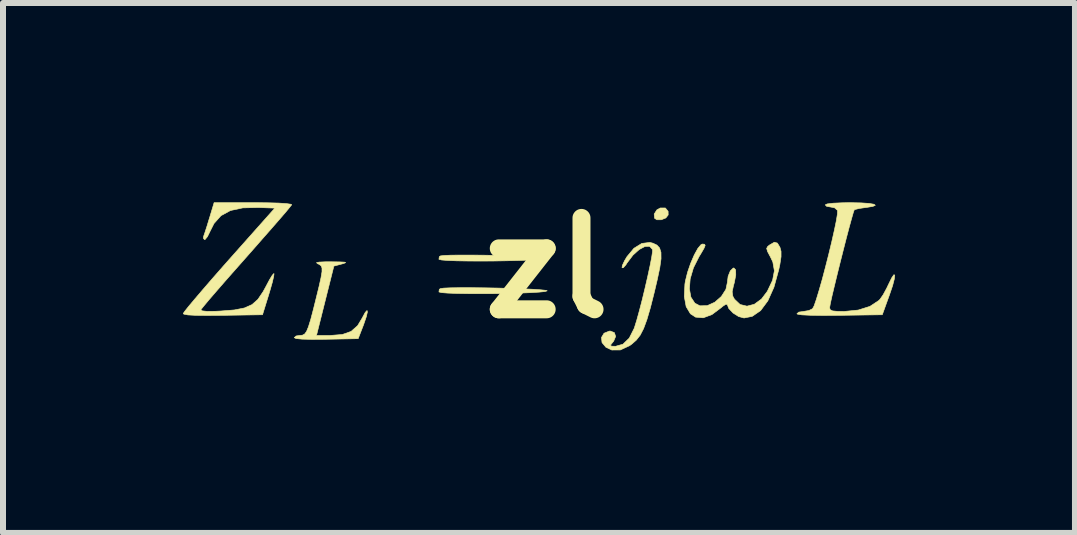
<source format=kicad_pcb>
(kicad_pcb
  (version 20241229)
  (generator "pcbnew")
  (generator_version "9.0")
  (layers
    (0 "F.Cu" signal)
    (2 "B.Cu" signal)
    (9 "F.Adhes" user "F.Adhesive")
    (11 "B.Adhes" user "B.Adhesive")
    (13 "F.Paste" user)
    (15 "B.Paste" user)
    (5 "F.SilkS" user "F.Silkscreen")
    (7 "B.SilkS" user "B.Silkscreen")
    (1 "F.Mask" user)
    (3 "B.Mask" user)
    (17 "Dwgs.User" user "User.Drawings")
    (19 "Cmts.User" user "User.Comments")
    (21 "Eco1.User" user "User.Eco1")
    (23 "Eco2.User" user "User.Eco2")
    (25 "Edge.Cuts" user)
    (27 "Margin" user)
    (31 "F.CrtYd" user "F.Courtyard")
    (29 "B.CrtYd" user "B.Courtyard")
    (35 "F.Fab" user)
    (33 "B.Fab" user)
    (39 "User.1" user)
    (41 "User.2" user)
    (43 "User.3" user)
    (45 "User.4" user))
  (footprint "zl"
    (layer "F.Cu")
    (at 6.065 1.418)
    (property "Reference" "zl" (at 0 0 0) (layer "F.SilkS") (effects (font (size 1.524 1.524) (thickness 0.3))))
    (attr through_hole)
    (fp_poly (pts (xy 1.979 -1) (xy 2.025 -0.945) (xy 2.026 -0.884) (xy 1.987 -0.834) (xy 1.912 -0.804) (xy 1.837 -0.804) (xy 1.799 -0.829) (xy 1.793 -0.899) (xy 1.837 -0.968) (xy 1.894 -1) (xy 1.979 -1)) (stroke (width 0.01) (type solid)) (fill yes) (layer "F.SilkS"))
    (fp_poly (pts (xy -1.257 -0.215) (xy -1.047 -0.213) (xy -0.828 -0.209) (xy -0.612 -0.204) (xy -0.411 -0.197) (xy -0.237 -0.189) (xy -0.101 -0.181) (xy -0.015 -0.172) (xy 0.009 -0.163) (xy -0.028 -0.151) (xy -0.126 -0.141) (xy -0.273 -0.132) (xy -0.456 -0.125) (xy -0.663 -0.12) (xy -0.884 -0.116) (xy -1.104 -0.115) (xy -1.314 -0.116) (xy -1.499 -0.119) (xy -1.65 -0.125) (xy -1.752 -0.133) (xy -1.796 -0.144) (xy -1.796 -0.145) (xy -1.79 -0.188) (xy -1.771 -0.201) (xy -1.715 -0.208) (xy -1.603 -0.213) (xy -1.446 -0.215) (xy -1.257 -0.215)) (stroke (width 0.01) (type solid)) (fill yes) (layer "F.SilkS"))
    (fp_poly (pts (xy -1.257 0.329) (xy -1.047 0.331) (xy -0.828 0.335) (xy -0.612 0.341) (xy -0.411 0.347) (xy -0.237 0.355) (xy -0.101 0.364) (xy -0.015 0.373) (xy 0.009 0.381) (xy -0.028 0.393) (xy -0.126 0.403) (xy -0.273 0.412) (xy -0.456 0.419) (xy -0.663 0.425) (xy -0.884 0.428) (xy -1.104 0.429) (xy -1.314 0.428) (xy -1.499 0.425) (xy -1.65 0.419) (xy -1.752 0.411) (xy -1.796 0.4) (xy -1.796 0.4) (xy -1.79 0.356) (xy -1.771 0.344) (xy -1.715 0.336) (xy -1.603 0.331) (xy -1.446 0.329) (xy -1.257 0.329)) (stroke (width 0.01) (type solid)) (fill yes) (layer "F.SilkS"))
    (fp_poly (pts (xy -3.449 -0.101) (xy -3.371 -0.097) (xy -3.351 -0.089) (xy -3.383 -0.075) (xy -3.416 -0.066) (xy -3.548 -0.031) (xy -3.693 0.547) (xy -3.838 1.125) (xy -3.603 1.125) (xy -3.406 1.109) (xy -3.261 1.058) (xy -3.152 0.962) (xy -3.077 0.837) (xy -3.025 0.741) (xy -2.995 0.709) (xy -2.989 0.734) (xy -3.007 0.812) (xy -3.05 0.938) (xy -3.059 0.962) (xy -3.143 1.179) (xy -3.676 1.189) (xy -3.909 1.191) (xy -4.078 1.187) (xy -4.178 1.177) (xy -4.209 1.162) (xy -4.178 1.134) (xy -4.118 1.125) (xy -4.073 1.121) (xy -4.036 1.102) (xy -4.004 1.059) (xy -3.972 0.981) (xy -3.934 0.859) (xy -3.888 0.684) (xy -3.847 0.519) (xy -3.796 0.312) (xy -3.763 0.164) (xy -3.746 0.063) (xy -3.746 0.000057) (xy -3.762 -0.037) (xy -3.793 -0.06) (xy -3.819 -0.071) (xy -3.838 -0.088) (xy -3.794 -0.098) (xy -3.684 -0.103) (xy -3.592 -0.103) (xy -3.449 -0.101)) (stroke (width 0.01) (type solid)) (fill yes) (layer "F.SilkS"))
    (fp_poly (pts (xy 1.772 -0.413) (xy 1.839 -0.381) (xy 1.883 -0.333) (xy 1.906 -0.26) (xy 1.907 -0.153) (xy 1.886 -0.003) (xy 1.843 0.2) (xy 1.794 0.408) (xy 1.729 0.665) (xy 1.671 0.862) (xy 1.616 1.011) (xy 1.559 1.121) (xy 1.494 1.204) (xy 1.416 1.272) (xy 1.382 1.296) (xy 1.229 1.367) (xy 1.086 1.368) (xy 0.988 1.322) (xy 0.923 1.244) (xy 0.914 1.159) (xy 0.957 1.088) (xy 1.044 1.053) (xy 1.061 1.052) (xy 1.129 1.078) (xy 1.15 1.142) (xy 1.117 1.221) (xy 1.105 1.235) (xy 1.065 1.285) (xy 1.079 1.304) (xy 1.149 1.306) (xy 1.272 1.271) (xy 1.377 1.17) (xy 1.459 1.008) (xy 1.463 0.997) (xy 1.501 0.875) (xy 1.545 0.716) (xy 1.593 0.532) (xy 1.64 0.337) (xy 1.684 0.146) (xy 1.722 -0.029) (xy 1.75 -0.172) (xy 1.765 -0.27) (xy 1.765 -0.308) (xy 1.716 -0.361) (xy 1.638 -0.358) (xy 1.542 -0.307) (xy 1.439 -0.214) (xy 1.34 -0.083) (xy 1.32 -0.051) (xy 1.279 -0.005) (xy 1.257 -0.003) (xy 1.262 -0.042) (xy 1.299 -0.121) (xy 1.338 -0.187) (xy 1.455 -0.328) (xy 1.586 -0.409) (xy 1.72 -0.426) (xy 1.772 -0.413)) (stroke (width 0.01) (type solid)) (fill yes) (layer "F.SilkS"))
    (fp_poly (pts (xy -4.658 -1.087) (xy -4.47 -1.082) (xy -4.336 -1.073) (xy -4.263 -1.062) (xy -4.251 -1.054) (xy -4.278 -1.02) (xy -4.346 -0.937) (xy -4.451 -0.815) (xy -4.587 -0.659) (xy -4.747 -0.477) (xy -4.925 -0.274) (xy -5.007 -0.181) (xy -5.192 0.028) (xy -5.361 0.22) (xy -5.508 0.389) (xy -5.628 0.528) (xy -5.713 0.63) (xy -5.759 0.687) (xy -5.765 0.697) (xy -5.744 0.715) (xy -5.663 0.724) (xy -5.515 0.722) (xy -5.433 0.718) (xy -5.207 0.7) (xy -5.039 0.667) (xy -4.913 0.611) (xy -4.815 0.524) (xy -4.729 0.397) (xy -4.682 0.311) (xy -4.622 0.198) (xy -4.575 0.121) (xy -4.549 0.093) (xy -4.546 0.095) (xy -4.552 0.142) (xy -4.575 0.241) (xy -4.613 0.374) (xy -4.637 0.454) (xy -4.738 0.78) (xy -5.399 0.79) (xy -5.661 0.792) (xy -5.855 0.79) (xy -5.983 0.783) (xy -6.049 0.77) (xy -6.06 0.76) (xy -6.036 0.724) (xy -5.97 0.641) (xy -5.867 0.518) (xy -5.733 0.361) (xy -5.574 0.177) (xy -5.395 -0.027) (xy -5.296 -0.139) (xy -4.532 -0.998) (xy -4.805 -1.008) (xy -5.067 -1.002) (xy -5.272 -0.958) (xy -5.43 -0.872) (xy -5.547 -0.741) (xy -5.614 -0.608) (xy -5.656 -0.522) (xy -5.695 -0.475) (xy -5.705 -0.472) (xy -5.725 -0.498) (xy -5.72 -0.527) (xy -5.699 -0.588) (xy -5.664 -0.696) (xy -5.624 -0.828) (xy -5.621 -0.836) (xy -5.545 -1.089) (xy -4.892 -1.089) (xy -4.658 -1.087)) (stroke (width 0.01) (type solid)) (fill yes) (layer "F.SilkS"))
    (fp_poly (pts (xy 5.244 -1.085) (xy 5.377 -1.076) (xy 5.458 -1.062) (xy 5.48 -1.045) (xy 5.44 -1.027) (xy 5.333 -1.009) (xy 5.314 -1.007) (xy 5.211 -0.992) (xy 5.142 -0.975) (xy 5.129 -0.968) (xy 5.114 -0.928) (xy 5.086 -0.83) (xy 5.046 -0.685) (xy 4.999 -0.507) (xy 4.948 -0.307) (xy 4.895 -0.098) (xy 4.844 0.108) (xy 4.798 0.298) (xy 4.759 0.461) (xy 4.732 0.583) (xy 4.719 0.654) (xy 4.718 0.662) (xy 4.727 0.696) (xy 4.767 0.716) (xy 4.851 0.724) (xy 4.962 0.725) (xy 5.194 0.702) (xy 5.391 0.64) (xy 5.539 0.542) (xy 5.559 0.521) (xy 5.611 0.446) (xy 5.67 0.337) (xy 5.697 0.28) (xy 5.754 0.164) (xy 5.79 0.112) (xy 5.804 0.12) (xy 5.797 0.183) (xy 5.768 0.295) (xy 5.717 0.445) (xy 5.596 0.78) (xy 4.884 0.79) (xy 4.607 0.792) (xy 4.396 0.789) (xy 4.254 0.782) (xy 4.182 0.77) (xy 4.173 0.763) (xy 4.204 0.736) (xy 4.275 0.726) (xy 4.371 0.71) (xy 4.433 0.68) (xy 4.459 0.633) (xy 4.496 0.526) (xy 4.542 0.375) (xy 4.595 0.19) (xy 4.649 -0.015) (xy 4.703 -0.227) (xy 4.753 -0.434) (xy 4.796 -0.624) (xy 4.829 -0.783) (xy 4.848 -0.899) (xy 4.85 -0.959) (xy 4.849 -0.961) (xy 4.801 -1.003) (xy 4.736 -1.016) (xy 4.668 -1.028) (xy 4.645 -1.052) (xy 4.679 -1.068) (xy 4.778 -1.08) (xy 4.931 -1.087) (xy 5.062 -1.089) (xy 5.244 -1.085)) (stroke (width 0.01) (type solid)) (fill yes) (layer "F.SilkS"))
    (fp_poly (pts (xy 3.847 -0.415) (xy 3.89 -0.344) (xy 3.908 -0.277) (xy 3.908 -0.187) (xy 3.888 -0.056) (xy 3.87 0.028) (xy 3.79 0.32) (xy 3.688 0.548) (xy 3.567 0.711) (xy 3.427 0.807) (xy 3.291 0.834) (xy 3.201 0.81) (xy 3.108 0.751) (xy 3.037 0.676) (xy 3.012 0.612) (xy 2.989 0.604) (xy 2.933 0.641) (xy 2.912 0.66) (xy 2.756 0.777) (xy 2.611 0.831) (xy 2.483 0.82) (xy 2.397 0.764) (xy 2.326 0.645) (xy 2.295 0.476) (xy 2.305 0.269) (xy 2.314 0.215) (xy 2.35 0.07) (xy 2.402 -0.08) (xy 2.461 -0.217) (xy 2.521 -0.326) (xy 2.574 -0.389) (xy 2.597 -0.399) (xy 2.633 -0.395) (xy 2.643 -0.375) (xy 2.622 -0.325) (xy 2.567 -0.231) (xy 2.541 -0.189) (xy 2.447 -0.002) (xy 2.393 0.181) (xy 2.38 0.348) (xy 2.405 0.487) (xy 2.471 0.587) (xy 2.555 0.631) (xy 2.678 0.628) (xy 2.804 0.571) (xy 2.913 0.475) (xy 2.989 0.356) (xy 3.012 0.247) (xy 3.026 0.138) (xy 3.062 0.049) (xy 3.11 0.002) (xy 3.122 0) (xy 3.151 0.032) (xy 3.153 0.118) (xy 3.129 0.245) (xy 3.115 0.294) (xy 3.093 0.397) (xy 3.104 0.471) (xy 3.131 0.52) (xy 3.225 0.609) (xy 3.34 0.637) (xy 3.463 0.605) (xy 3.582 0.518) (xy 3.679 0.39) (xy 3.767 0.205) (xy 3.797 0.047) (xy 3.771 -0.1) (xy 3.732 -0.182) (xy 3.683 -0.274) (xy 3.668 -0.326) (xy 3.686 -0.359) (xy 3.718 -0.384) (xy 3.796 -0.429) (xy 3.847 -0.415)) (stroke (width 0.01) (type solid)) (fill yes) (layer "F.SilkS")))
  (gr_rect
    (start -3 -3)
    (end 14.874 5.836)
    (stroke (width 0.1) (type default))
    (fill no)
    (layer "Edge.Cuts")))
</source>
